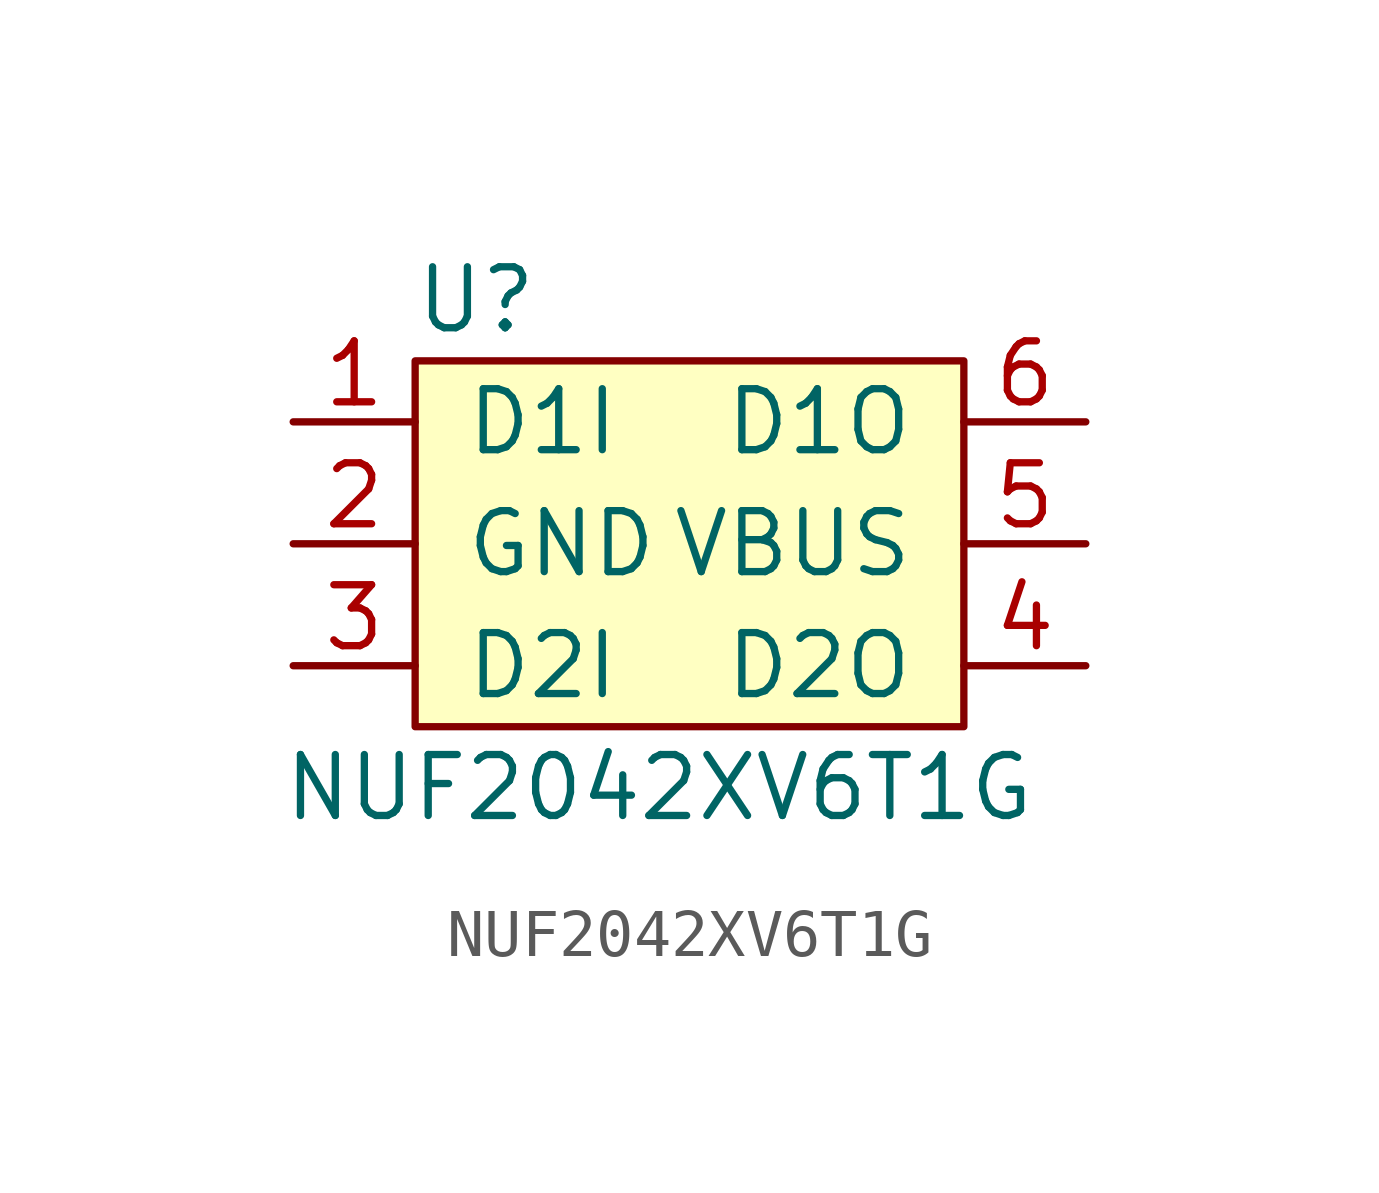
<source format=kicad_sym>
(kicad_symbol_lib
  (version 20211014)
  (generator kicad_symbol_editor)
  (symbol "NUF2042XV6T1G"
    (pin_names
      (offset 1.016))
    (property "Reference" "U"
      (at -3.81 5.08 0)
      (effects (font (size 1.27 1.27))))
    (property "Value" "NUF2042XV6T1G"
      (at 0 -5.08 0)
      (effects (font (size 1.27 1.27))))
    (symbol "NUF2042XV6T1G_0_1"
      (rectangle (start 6.35 -3.81) (end -5.08 3.81) (stroke (width 0) (type default) (color 0 0 0 0)) (fill (type background))))
    (symbol "NUF2042XV6T1G_1_1"
      (pin bidirectional line (at -7.62 2.54 0) (length 2.54) (name "D1I" (effects (font (size 1.27 1.27)))) (number "1" (effects (font (size 1.27 1.27)))))
      (pin power_in line (at -7.62 0 0) (length 2.54) (name "GND" (effects (font (size 1.27 1.27)))) (number "2" (effects (font (size 1.27 1.27)))))
      (pin bidirectional line (at -7.62 -2.54 0) (length 2.54) (name "D2I" (effects (font (size 1.27 1.27)))) (number "3" (effects (font (size 1.27 1.27)))))
      (pin bidirectional line (at 8.89 -2.54 180) (length 2.54) (name "D2O" (effects (font (size 1.27 1.27)))) (number "4" (effects (font (size 1.27 1.27)))))
      (pin power_in line (at 8.89 0 180) (length 2.54) (name "VBUS" (effects (font (size 1.27 1.27)))) (number "5" (effects (font (size 1.27 1.27)))))
      (pin bidirectional line (at 8.89 2.54 180) (length 2.54) (name "D1O" (effects (font (size 1.27 1.27)))) (number "6" (effects (font (size 1.27 1.27))))))))
</source>
